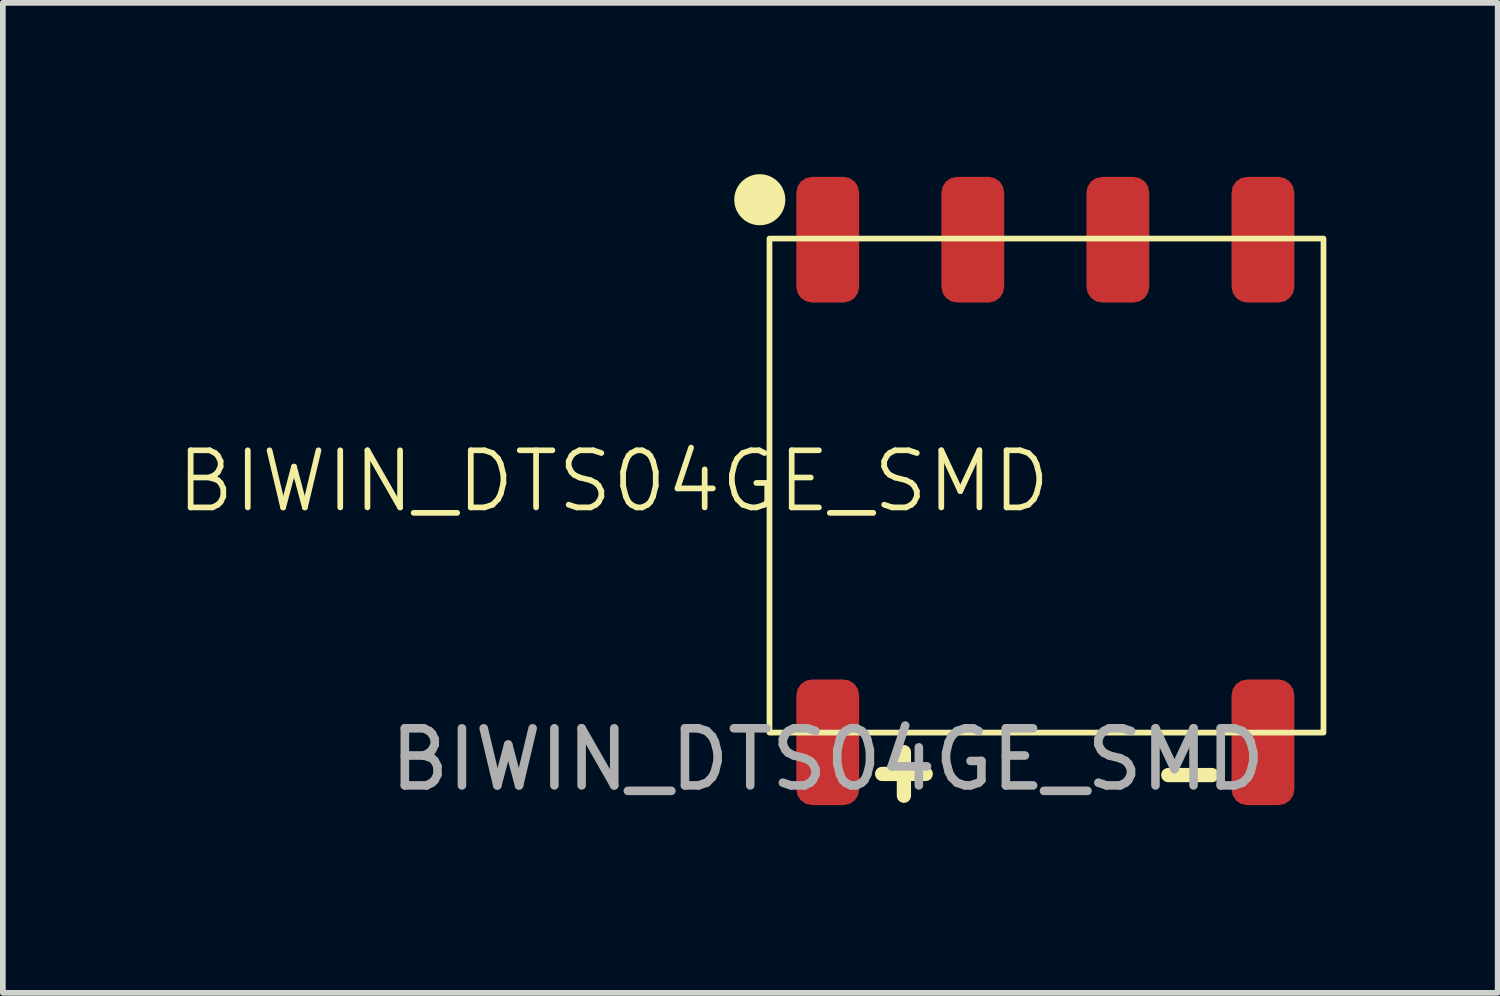
<source format=kicad_pcb>
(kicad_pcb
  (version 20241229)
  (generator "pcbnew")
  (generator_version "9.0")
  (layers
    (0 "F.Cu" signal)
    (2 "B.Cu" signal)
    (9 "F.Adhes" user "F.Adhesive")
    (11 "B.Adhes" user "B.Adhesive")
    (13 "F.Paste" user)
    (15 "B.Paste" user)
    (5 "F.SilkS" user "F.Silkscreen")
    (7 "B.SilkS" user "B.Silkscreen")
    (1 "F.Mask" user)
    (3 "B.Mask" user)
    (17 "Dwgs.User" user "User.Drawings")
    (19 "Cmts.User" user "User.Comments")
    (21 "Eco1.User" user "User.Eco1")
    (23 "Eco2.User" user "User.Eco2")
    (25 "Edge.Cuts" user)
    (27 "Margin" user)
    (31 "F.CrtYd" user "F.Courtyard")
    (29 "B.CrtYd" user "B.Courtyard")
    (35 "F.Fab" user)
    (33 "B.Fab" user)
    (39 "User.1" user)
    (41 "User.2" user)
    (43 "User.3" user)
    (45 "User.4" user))
  (footprint "BIWIN_DTS04GE_SMD"
    (layer "F.Cu")
    (at 11.443 7.747)
    (property "Reference" "BIWIN_DTS04GE_SMD" (at -3.75 -2.37 0) (unlocked yes) (layer "F.SilkS") (effects (font (size 1 1) (thickness 0.1))))
    (attr smd)
    (fp_rect (start -1.02 -6.62) (end 8.68 2.03) (stroke (width 0.1) (type default)) (fill no) (layer "F.SilkS"))
    (fp_circle (center -1.19 -7.3) (end -0.793 -7.3) (stroke (width 0.1) (type solid)) (fill yes) (layer "F.SilkS"))
    (fp_text user "+" (at 0.55 3.27 0) (unlocked yes) (layer "F.SilkS") (effects (font (size 1 1) (thickness 0.25) (bold yes)) (justify left bottom)))
    (fp_text user "-" (at 5.56 3.29 0) (unlocked yes) (layer "F.SilkS") (effects (font (size 1 1) (thickness 0.25) (bold yes)) (justify left bottom)))
    (fp_text user "${REFERENCE}" (at 0 2.5 0) (unlocked yes) (layer "F.Fab") (effects (font (size 1 1) (thickness 0.15))))
    (pad "1" smd roundrect (at 0 -6.6 180) (size 1.1 2.2) (layers "F.Cu" "F.Mask" "F.Paste") (roundrect_rratio 0.25))
    (pad "2" smd roundrect (at 2.54 -6.6 180) (size 1.1 2.2) (layers "F.Cu" "F.Mask" "F.Paste") (roundrect_rratio 0.25))
    (pad "3" smd roundrect (at 5.08 -6.6 180) (size 1.1 2.2) (layers "F.Cu" "F.Mask" "F.Paste") (roundrect_rratio 0.25))
    (pad "4" smd roundrect (at 7.62 -6.6 180) (size 1.1 2.2) (layers "F.Cu" "F.Mask" "F.Paste") (roundrect_rratio 0.25))
    (pad "5" smd roundrect (at 0 2.2 180) (size 1.1 2.2) (layers "F.Cu" "F.Mask" "F.Paste") (roundrect_rratio 0.25))
    (pad "6" smd roundrect (at 7.62 2.2 180) (size 1.1 2.2) (layers "F.Cu" "F.Mask" "F.Paste") (roundrect_rratio 0.25)))
  (gr_rect
    (start -3 -3)
    (end 23.173 14.334)
    (stroke (width 0.1) (type default))
    (fill no)
    (layer "Edge.Cuts")))
</source>
